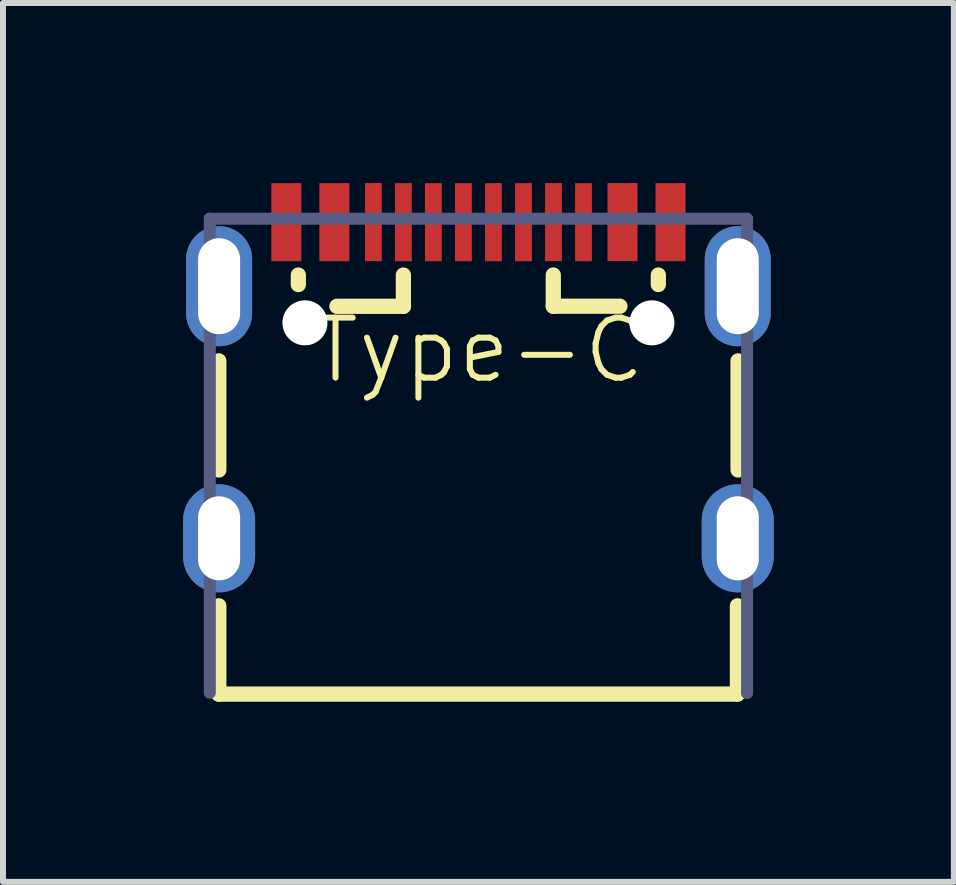
<source format=kicad_pcb>
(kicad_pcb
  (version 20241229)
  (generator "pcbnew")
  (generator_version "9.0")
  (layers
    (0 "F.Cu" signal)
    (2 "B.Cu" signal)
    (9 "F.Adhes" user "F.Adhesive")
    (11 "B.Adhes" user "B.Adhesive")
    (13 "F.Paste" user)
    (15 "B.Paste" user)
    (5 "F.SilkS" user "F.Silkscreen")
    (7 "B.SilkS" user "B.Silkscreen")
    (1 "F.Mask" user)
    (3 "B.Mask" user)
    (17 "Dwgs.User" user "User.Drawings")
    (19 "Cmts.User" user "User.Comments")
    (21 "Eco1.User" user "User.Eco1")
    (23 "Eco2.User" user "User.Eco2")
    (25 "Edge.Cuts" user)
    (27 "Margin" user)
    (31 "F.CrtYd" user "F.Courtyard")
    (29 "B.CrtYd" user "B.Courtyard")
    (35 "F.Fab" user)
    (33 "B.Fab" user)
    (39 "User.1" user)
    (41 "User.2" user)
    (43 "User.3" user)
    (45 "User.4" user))
  (footprint "Type-C"
    (layer "F.Cu")
    (at 4.92 3.284)
    (property "Reference" "Type-C" (at 0 -0.5 0) (unlocked yes) (layer "F.SilkS") (effects (font (size 1 1) (thickness 0.1))))
    (attr smd)
    (fp_line (start -4.325 -0.322) (end -4.325 1.495) (stroke (width 0.254) (type solid)) (layer "F.SilkS"))
    (fp_line (start -4.325 3.758) (end -4.325 5.229) (stroke (width 0.254) (type solid)) (layer "F.SilkS"))
    (fp_line (start -3 -1.752) (end -3 -1.593) (stroke (width 0.254) (type solid)) (layer "F.SilkS"))
    (fp_line (start -1.25 -1.752) (end -1.25 -1.231) (stroke (width 0.254) (type solid)) (layer "F.SilkS"))
    (fp_line (start -1.25 -1.231) (end -2.357 -1.231) (stroke (width 0.254) (type solid)) (layer "F.SilkS"))
    (fp_line (start 1.247 -1.753) (end 1.247 -1.233) (stroke (width 0.254) (type solid)) (layer "F.SilkS"))
    (fp_line (start 2.357 -1.233) (end 1.247 -1.233) (stroke (width 0.254) (type solid)) (layer "F.SilkS"))
    (fp_line (start 2.997 -1.752) (end 2.997 -1.594) (stroke (width 0.254) (type solid)) (layer "F.SilkS"))
    (fp_line (start 4.315 3.758) (end 4.315 5.229) (stroke (width 0.254) (type solid)) (layer "F.SilkS"))
    (fp_line (start 4.315 5.229) (end -4.325 5.229) (stroke (width 0.254) (type solid)) (layer "F.SilkS"))
    (fp_line (start 4.325 -0.322) (end 4.325 1.495) (stroke (width 0.254) (type solid)) (layer "F.SilkS"))
    (fp_poly (pts (xy -3.45 -3.283) (xy -2.95 -3.283) (xy -2.95 -1.983) (xy -3.45 -1.983)) (stroke (width 0) (type default)) (fill yes) (layer "F.Paste"))
    (fp_poly (pts (xy -2.65 -3.283) (xy -2.15 -3.283) (xy -2.15 -1.983) (xy -2.65 -1.983)) (stroke (width 0) (type default)) (fill yes) (layer "F.Paste"))
    (fp_poly (pts (xy -1.89 -3.284) (xy -1.61 -3.284) (xy -1.61 -1.984) (xy -1.89 -1.984)) (stroke (width 0) (type default)) (fill yes) (layer "F.Paste"))
    (fp_poly (pts (xy -1.39 -3.283) (xy -1.11 -3.283) (xy -1.11 -1.983) (xy -1.39 -1.983)) (stroke (width 0) (type default)) (fill yes) (layer "F.Paste"))
    (fp_poly (pts (xy -0.89 -3.283) (xy -0.61 -3.283) (xy -0.61 -1.983) (xy -0.89 -1.983)) (stroke (width 0) (type default)) (fill yes) (layer "F.Paste"))
    (fp_poly (pts (xy -0.39 -3.283) (xy -0.11 -3.283) (xy -0.11 -1.983) (xy -0.39 -1.983)) (stroke (width 0) (type default)) (fill yes) (layer "F.Paste"))
    (fp_poly (pts (xy 0.11 -3.283) (xy 0.39 -3.283) (xy 0.39 -1.983) (xy 0.11 -1.983)) (stroke (width 0) (type default)) (fill yes) (layer "F.Paste"))
    (fp_poly (pts (xy 0.61 -3.283) (xy 0.89 -3.283) (xy 0.89 -1.983) (xy 0.61 -1.983)) (stroke (width 0) (type default)) (fill yes) (layer "F.Paste"))
    (fp_poly (pts (xy 1.11 -3.284) (xy 1.39 -3.284) (xy 1.39 -1.984) (xy 1.11 -1.984)) (stroke (width 0) (type default)) (fill yes) (layer "F.Paste"))
    (fp_poly (pts (xy 1.61 -3.283) (xy 1.89 -3.283) (xy 1.89 -1.983) (xy 1.61 -1.983)) (stroke (width 0) (type default)) (fill yes) (layer "F.Paste"))
    (fp_poly (pts (xy 2.15 -3.284) (xy 2.65 -3.284) (xy 2.65 -1.984) (xy 2.15 -1.984)) (stroke (width 0) (type default)) (fill yes) (layer "F.Paste"))
    (fp_poly (pts (xy 2.95 -3.283) (xy 3.45 -3.283) (xy 3.45 -1.983) (xy 2.95 -1.983)) (stroke (width 0) (type default)) (fill yes) (layer "F.Paste"))
    (fp_poly (pts (xy -4.87 -1.138) (xy -4.87 -1.025) (xy -4.783 -0.814) (xy -4.622 -0.653) (xy -4.412 -0.566) (xy -4.298 -0.566) (xy -4.285 -0.566) (xy -4.182 -0.566) (xy -3.993 -0.645) (xy -3.848 -0.79) (xy -3.77 -0.979) (xy -3.77 -1.081) (xy -3.77 -1.272) (xy -3.769 -2.044) (xy -3.769 -2.147) (xy -3.849 -2.339) (xy -3.995 -2.485) (xy -4.186 -2.564) (xy -4.29 -2.564) (xy -4.353 -2.564) (xy -4.456 -2.564) (xy -4.646 -2.485) (xy -4.792 -2.34) (xy -4.87 -2.15) (xy -4.87 -2.047) (xy -4.87 -2.02) (xy -4.871 -2.02)) (stroke (width 0) (type default)) (fill yes) (layer "F.Paste"))
    (fp_poly (pts (xy 3.77 -1.138) (xy 3.77 -1.025) (xy 3.857 -0.814) (xy 4.018 -0.653) (xy 4.228 -0.566) (xy 4.342 -0.566) (xy 4.355 -0.566) (xy 4.458 -0.566) (xy 4.647 -0.645) (xy 4.792 -0.79) (xy 4.87 -0.979) (xy 4.87 -1.081) (xy 4.87 -1.272) (xy 4.871 -2.044) (xy 4.871 -2.147) (xy 4.792 -2.339) (xy 4.645 -2.485) (xy 4.454 -2.564) (xy 4.35 -2.564) (xy 4.287 -2.564) (xy 4.184 -2.564) (xy 3.994 -2.485) (xy 3.848 -2.34) (xy 3.77 -2.15) (xy 3.77 -2.047) (xy 3.77 -2.02) (xy 3.769 -2.02)) (stroke (width 0) (type default)) (fill yes) (layer "F.Paste"))
    (fp_poly (pts (xy -4.32 3.534) (xy -4.35 3.533) (xy -4.38 3.53) (xy -4.409 3.525) (xy -4.439 3.519) (xy -4.468 3.512) (xy -4.496 3.503) (xy -4.524 3.493) (xy -4.552 3.481) (xy -4.579 3.468) (xy -4.605 3.454) (xy -4.631 3.438) (xy -4.655 3.421) (xy -4.679 3.403) (xy -4.702 3.384) (xy -4.724 3.364) (xy -4.745 3.342) (xy -4.765 3.32) (xy -4.783 3.296) (xy -4.801 3.272) (xy -4.817 3.247) (xy -4.832 3.221) (xy -4.846 3.195) (xy -4.858 3.167) (xy -4.869 3.139) (xy -4.878 3.111) (xy -4.886 3.082) (xy -4.893 3.053) (xy -4.898 3.024) (xy -4.902 2.994) (xy -4.904 2.964) (xy -4.905 2.934) (xy -4.905 2.334) (xy -4.904 2.304) (xy -4.902 2.274) (xy -4.898 2.245) (xy -4.893 2.215) (xy -4.886 2.186) (xy -4.878 2.157) (xy -4.869 2.129) (xy -4.858 2.101) (xy -4.846 2.074) (xy -4.832 2.047) (xy -4.817 2.021) (xy -4.801 1.996) (xy -4.783 1.972) (xy -4.765 1.949) (xy -4.745 1.926) (xy -4.724 1.905) (xy -4.702 1.884) (xy -4.679 1.865) (xy -4.655 1.847) (xy -4.631 1.83) (xy -4.605 1.815) (xy -4.579 1.8) (xy -4.552 1.787) (xy -4.524 1.776) (xy -4.496 1.765) (xy -4.468 1.757) (xy -4.439 1.749) (xy -4.409 1.743) (xy -4.38 1.739) (xy -4.35 1.736) (xy -4.32 1.734) (xy -4.29 1.734) (xy -4.26 1.736) (xy -4.23 1.739) (xy -4.201 1.743) (xy -4.172 1.749) (xy -4.143 1.757) (xy -4.114 1.765) (xy -4.086 1.776) (xy -4.058 1.787) (xy -4.031 1.8) (xy -4.005 1.815) (xy -3.979 1.83) (xy -3.955 1.847) (xy -3.931 1.865) (xy -3.908 1.884) (xy -3.886 1.905) (xy -3.865 1.926) (xy -3.845 1.949) (xy -3.827 1.972) (xy -3.809 1.996) (xy -3.793 2.021) (xy -3.778 2.047) (xy -3.764 2.074) (xy -3.752 2.101) (xy -3.741 2.129) (xy -3.732 2.157) (xy -3.724 2.186) (xy -3.717 2.215) (xy -3.712 2.245) (xy -3.708 2.274) (xy -3.706 2.304) (xy -3.705 2.334) (xy -3.705 2.934) (xy -3.706 2.964) (xy -3.708 2.994) (xy -3.712 3.024) (xy -3.717 3.053) (xy -3.724 3.082) (xy -3.732 3.111) (xy -3.741 3.139) (xy -3.752 3.167) (xy -3.764 3.195) (xy -3.778 3.221) (xy -3.793 3.247) (xy -3.809 3.272) (xy -3.827 3.296) (xy -3.845 3.32) (xy -3.865 3.342) (xy -3.886 3.364) (xy -3.908 3.384) (xy -3.931 3.403) (xy -3.955 3.421) (xy -3.979 3.438) (xy -4.005 3.454) (xy -4.031 3.468) (xy -4.058 3.481) (xy -4.086 3.493) (xy -4.114 3.503) (xy -4.143 3.512) (xy -4.172 3.519) (xy -4.201 3.525) (xy -4.23 3.53) (xy -4.26 3.533) (xy -4.29 3.534)) (stroke (width 0) (type default)) (fill yes) (layer "F.Paste"))
    (fp_poly (pts (xy 4.305 3.534) (xy 4.275 3.532) (xy 4.245 3.529) (xy 4.216 3.525) (xy 4.187 3.519) (xy 4.158 3.512) (xy 4.129 3.503) (xy 4.101 3.493) (xy 4.073 3.481) (xy 4.046 3.468) (xy 4.02 3.454) (xy 3.995 3.438) (xy 3.97 3.421) (xy 3.946 3.403) (xy 3.923 3.384) (xy 3.901 3.364) (xy 3.88 3.342) (xy 3.86 3.32) (xy 3.842 3.296) (xy 3.824 3.272) (xy 3.808 3.247) (xy 3.793 3.221) (xy 3.779 3.194) (xy 3.767 3.167) (xy 3.756 3.139) (xy 3.747 3.111) (xy 3.739 3.082) (xy 3.732 3.053) (xy 3.727 3.024) (xy 3.723 2.994) (xy 3.721 2.964) (xy 3.72 2.934) (xy 3.72 2.334) (xy 3.721 2.304) (xy 3.723 2.274) (xy 3.727 2.245) (xy 3.732 2.215) (xy 3.739 2.186) (xy 3.747 2.157) (xy 3.756 2.129) (xy 3.767 2.101) (xy 3.779 2.074) (xy 3.793 2.047) (xy 3.808 2.021) (xy 3.824 1.996) (xy 3.842 1.972) (xy 3.86 1.948) (xy 3.88 1.926) (xy 3.901 1.905) (xy 3.923 1.884) (xy 3.946 1.865) (xy 3.97 1.847) (xy 3.995 1.83) (xy 4.02 1.815) (xy 4.046 1.8) (xy 4.073 1.787) (xy 4.101 1.776) (xy 4.129 1.765) (xy 4.158 1.757) (xy 4.187 1.749) (xy 4.216 1.743) (xy 4.245 1.739) (xy 4.275 1.736) (xy 4.305 1.734) (xy 4.335 1.734) (xy 4.365 1.736) (xy 4.395 1.739) (xy 4.424 1.743) (xy 4.454 1.749) (xy 4.483 1.757) (xy 4.511 1.765) (xy 4.539 1.776) (xy 4.567 1.787) (xy 4.594 1.8) (xy 4.62 1.815) (xy 4.646 1.83) (xy 4.67 1.847) (xy 4.694 1.865) (xy 4.717 1.884) (xy 4.739 1.905) (xy 4.76 1.926) (xy 4.78 1.948) (xy 4.798 1.972) (xy 4.816 1.996) (xy 4.832 2.021) (xy 4.847 2.047) (xy 4.861 2.074) (xy 4.873 2.101) (xy 4.884 2.129) (xy 4.893 2.157) (xy 4.901 2.186) (xy 4.908 2.215) (xy 4.913 2.245) (xy 4.917 2.274) (xy 4.919 2.304) (xy 4.92 2.334) (xy 4.92 2.934) (xy 4.919 2.964) (xy 4.917 2.994) (xy 4.913 3.024) (xy 4.908 3.053) (xy 4.901 3.082) (xy 4.893 3.111) (xy 4.884 3.139) (xy 4.873 3.167) (xy 4.861 3.194) (xy 4.847 3.221) (xy 4.832 3.247) (xy 4.816 3.272) (xy 4.798 3.296) (xy 4.78 3.32) (xy 4.76 3.342) (xy 4.739 3.364) (xy 4.717 3.384) (xy 4.694 3.403) (xy 4.67 3.421) (xy 4.646 3.438) (xy 4.62 3.454) (xy 4.594 3.468) (xy 4.567 3.481) (xy 4.539 3.493) (xy 4.511 3.503) (xy 4.483 3.512) (xy 4.454 3.519) (xy 4.424 3.525) (xy 4.395 3.529) (xy 4.365 3.532) (xy 4.335 3.534)) (stroke (width 0) (type default)) (fill yes) (layer "F.Paste"))
    (fp_line (start -4.475 -2.693) (end -4.475 5.207) (stroke (width 0.2) (type solid)) (layer "B.Fab"))
    (fp_line (start 4.475 -2.69) (end -4.475 -2.69) (stroke (width 0.2) (type solid)) (layer "B.Fab"))
    (fp_line (start 4.475 -2.69) (end 4.475 5.207) (stroke (width 0.2) (type solid)) (layer "B.Fab"))
    (fp_line (start 4.475 5.207) (end 4.475 5.21) (stroke (width 0.2) (type solid)) (layer "B.Fab"))
    (pad "" np_thru_hole circle (at -2.89 -0.956) (size 0.75 0.75) (drill 0.75) (layers "*.Cu" "*.Mask"))
    (pad "" np_thru_hole circle (at 2.89 -0.956) (size 0.75 0.75) (drill 0.75) (layers "*.Cu" "*.Mask"))
    (pad "A1" smd rect (at -3.2 -2.633) (size 0.5 1.3) (layers "F.Cu" "F.Mask" "F.Paste"))
    (pad "A4" smd rect (at -2.4 -2.633) (size 0.5 1.3) (layers "F.Cu" "F.Mask" "F.Paste"))
    (pad "A5" smd rect (at -1.25 -2.633) (size 0.28 1.3) (layers "F.Cu" "F.Mask" "F.Paste"))
    (pad "A6" smd rect (at -0.25 -2.633) (size 0.28 1.3) (layers "F.Cu" "F.Mask" "F.Paste"))
    (pad "A7" smd rect (at 0.25 -2.633) (size 0.28 1.3) (layers "F.Cu" "F.Mask" "F.Paste"))
    (pad "A8" smd rect (at 1.25 -2.634) (size 0.28 1.3) (layers "F.Cu" "F.Mask" "F.Paste"))
    (pad "A9" smd rect (at 2.4 -2.634) (size 0.5 1.3) (layers "F.Cu" "F.Mask" "F.Paste"))
    (pad "A12" smd rect (at 3.2 -2.633) (size 0.5 1.3) (layers "F.Cu" "F.Mask" "F.Paste"))
    (pad "B5" smd rect (at 1.75 -2.633) (size 0.28 1.3) (layers "F.Cu" "F.Mask" "F.Paste"))
    (pad "B6" smd rect (at 0.75 -2.633) (size 0.28 1.3) (layers "F.Cu" "F.Mask" "F.Paste"))
    (pad "B7" smd rect (at -0.75 -2.633) (size 0.28 1.3) (layers "F.Cu" "F.Mask" "F.Paste"))
    (pad "B8" smd rect (at -1.75 -2.634) (size 0.28 1.3) (layers "F.Cu" "F.Mask" "F.Paste"))
    (pad "S1" thru_hole oval (at -4.32 -1.566) (size 1.1 2) (drill oval 0.7 1.6) (layers "*.Cu" "*.Mask"))
    (pad "S2" thru_hole oval (at -4.32 2.634) (size 1.2 1.8) (drill oval 0.7 1.4) (layers "*.Cu" "*.Mask"))
    (pad "S3" thru_hole oval (at 4.32 2.634) (size 1.2 1.8) (drill oval 0.7 1.4) (layers "*.Cu" "*.Mask"))
    (pad "S4" thru_hole oval (at 4.32 -1.566) (size 1.1 2) (drill oval 0.7 1.6) (layers "*.Cu" "*.Mask")))
  (gr_rect
    (start -3 -3)
    (end 12.84 11.641)
    (stroke (width 0.1) (type default))
    (fill no)
    (layer "Edge.Cuts")))
</source>
